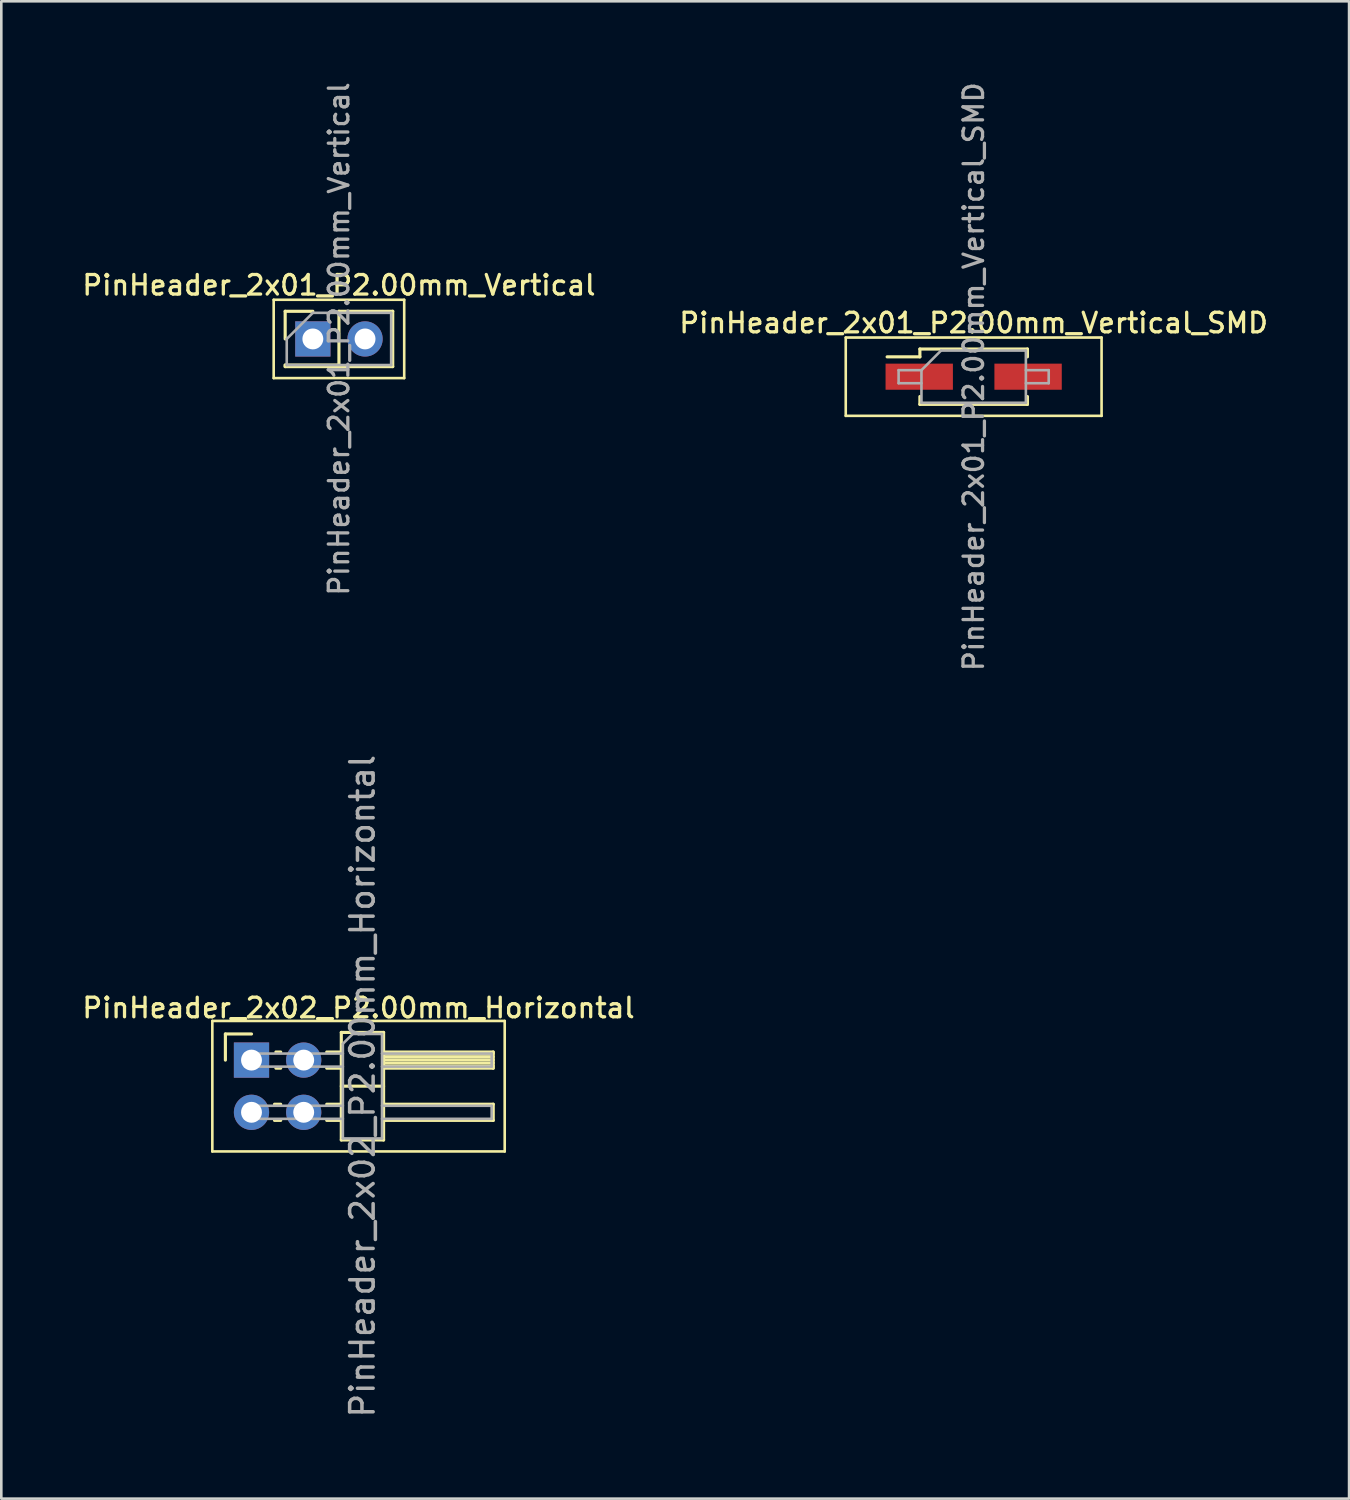
<source format=kicad_pcb>
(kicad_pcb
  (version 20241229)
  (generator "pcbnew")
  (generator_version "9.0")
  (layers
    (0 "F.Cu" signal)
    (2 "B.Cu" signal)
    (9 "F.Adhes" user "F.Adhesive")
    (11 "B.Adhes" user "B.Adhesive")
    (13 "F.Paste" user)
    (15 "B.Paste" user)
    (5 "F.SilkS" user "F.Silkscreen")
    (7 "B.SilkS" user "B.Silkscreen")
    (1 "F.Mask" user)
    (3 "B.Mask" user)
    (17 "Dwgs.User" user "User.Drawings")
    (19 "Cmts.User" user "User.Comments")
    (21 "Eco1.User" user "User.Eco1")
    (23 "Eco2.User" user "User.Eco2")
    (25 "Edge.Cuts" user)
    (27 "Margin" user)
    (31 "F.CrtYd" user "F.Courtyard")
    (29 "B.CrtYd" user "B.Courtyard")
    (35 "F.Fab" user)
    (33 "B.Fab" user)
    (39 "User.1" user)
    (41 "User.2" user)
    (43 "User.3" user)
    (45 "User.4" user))
  (footprint "PinHeader_2x01_P2.00mm_Vertical_SMD"
    (layer "F.Cu")
    (at 34.248 11.38)
    (property "Reference" "PinHeader_2x01_P2.00mm_Vertical_SMD" (at 0 -2.06 0) (layer "F.SilkS") (effects (font (size 0.75 0.75) (thickness 0.125))))
    (attr smd)
    (fp_line (start -4.9 -1.5) (end -4.9 1.5) (stroke (width 0.1) (type solid)) (layer "F.SilkS"))
    (fp_line (start -4.9 1.5) (end 4.9 1.5) (stroke (width 0.1) (type solid)) (layer "F.SilkS"))
    (fp_line (start -3.315 -0.76) (end -2.06 -0.76) (stroke (width 0.12) (type solid)) (layer "F.SilkS"))
    (fp_line (start -2.06 -1.06) (end -2.06 -0.76) (stroke (width 0.12) (type solid)) (layer "F.SilkS"))
    (fp_line (start -2.06 -1.06) (end 2.06 -1.06) (stroke (width 0.12) (type solid)) (layer "F.SilkS"))
    (fp_line (start -2.06 0.76) (end -2.06 1.06) (stroke (width 0.12) (type solid)) (layer "F.SilkS"))
    (fp_line (start -2.06 1.06) (end 2.06 1.06) (stroke (width 0.12) (type solid)) (layer "F.SilkS"))
    (fp_line (start 2.06 -1.06) (end 2.06 -0.76) (stroke (width 0.12) (type solid)) (layer "F.SilkS"))
    (fp_line (start 2.06 0.76) (end 2.06 1.06) (stroke (width 0.12) (type solid)) (layer "F.SilkS"))
    (fp_line (start 4.9 -1.5) (end -4.9 -1.5) (stroke (width 0.1) (type solid)) (layer "F.SilkS"))
    (fp_line (start 4.9 1.5) (end 4.9 -1.5) (stroke (width 0.1) (type solid)) (layer "F.SilkS"))
    (fp_line (start -2.875 -0.25) (end -2.875 0.25) (stroke (width 0.1) (type solid)) (layer "F.Fab"))
    (fp_line (start -2.875 0.25) (end -2 0.25) (stroke (width 0.1) (type solid)) (layer "F.Fab"))
    (fp_line (start -2 -0.25) (end -2.875 -0.25) (stroke (width 0.1) (type solid)) (layer "F.Fab"))
    (fp_line (start -2 -0.25) (end -1.25 -1) (stroke (width 0.1) (type solid)) (layer "F.Fab"))
    (fp_line (start -2 1) (end -2 -0.25) (stroke (width 0.1) (type solid)) (layer "F.Fab"))
    (fp_line (start -1.25 -1) (end 2 -1) (stroke (width 0.1) (type solid)) (layer "F.Fab"))
    (fp_line (start 2 -1) (end 2 1) (stroke (width 0.1) (type solid)) (layer "F.Fab"))
    (fp_line (start 2 -0.25) (end 2.875 -0.25) (stroke (width 0.1) (type solid)) (layer "F.Fab"))
    (fp_line (start 2 1) (end -2 1) (stroke (width 0.1) (type solid)) (layer "F.Fab"))
    (fp_line (start 2.875 -0.25) (end 2.875 0.25) (stroke (width 0.1) (type solid)) (layer "F.Fab"))
    (fp_line (start 2.875 0.25) (end 2 0.25) (stroke (width 0.1) (type solid)) (layer "F.Fab"))
    (fp_text user "${REFERENCE}" (at 0 0 90) (layer "F.Fab") (effects (font (size 0.75 0.75) (thickness 0.125))))
    (pad "1" smd rect (at -2.085 0) (size 2.58 1) (layers "F.Cu" "F.Mask" "F.Paste"))
    (pad "2" smd rect (at 2.085 0) (size 2.58 1) (layers "F.Cu" "F.Mask" "F.Paste")))
  (footprint "PinHeader_2x02_P2.00mm_Horizontal"
    (layer "F.Cu")
    (at 6.584 37.559)
    (property "Reference" "PinHeader_2x02_P2.00mm_Horizontal" (at 4.1 -2 0) (layer "F.SilkS") (effects (font (size 0.75 0.75) (thickness 0.125))))
    (attr through_hole)
    (fp_line (start -1.5 -1.5) (end -1.5 3.5) (stroke (width 0.1) (type solid)) (layer "F.SilkS"))
    (fp_line (start -1.5 3.5) (end 9.7 3.5) (stroke (width 0.1) (type solid)) (layer "F.SilkS"))
    (fp_line (start -1 -1) (end 0 -1) (stroke (width 0.12) (type solid)) (layer "F.SilkS"))
    (fp_line (start -1 0) (end -1 -1) (stroke (width 0.12) (type solid)) (layer "F.SilkS"))
    (fp_line (start 0.882 1.69) (end 1.118 1.69) (stroke (width 0.12) (type solid)) (layer "F.SilkS"))
    (fp_line (start 0.882 2.31) (end 1.118 2.31) (stroke (width 0.12) (type solid)) (layer "F.SilkS"))
    (fp_line (start 0.935 -0.31) (end 1.118 -0.31) (stroke (width 0.12) (type solid)) (layer "F.SilkS"))
    (fp_line (start 0.935 0.31) (end 1.118 0.31) (stroke (width 0.12) (type solid)) (layer "F.SilkS"))
    (fp_line (start 2.882 -0.31) (end 3.44 -0.31) (stroke (width 0.12) (type solid)) (layer "F.SilkS"))
    (fp_line (start 2.882 0.31) (end 3.44 0.31) (stroke (width 0.12) (type solid)) (layer "F.SilkS"))
    (fp_line (start 2.882 1.69) (end 3.44 1.69) (stroke (width 0.12) (type solid)) (layer "F.SilkS"))
    (fp_line (start 2.882 2.31) (end 3.44 2.31) (stroke (width 0.12) (type solid)) (layer "F.SilkS"))
    (fp_line (start 3.44 -1.06) (end 3.44 3.06) (stroke (width 0.12) (type solid)) (layer "F.SilkS"))
    (fp_line (start 3.44 1) (end 5.06 1) (stroke (width 0.12) (type solid)) (layer "F.SilkS"))
    (fp_line (start 3.44 3.06) (end 5.06 3.06) (stroke (width 0.12) (type solid)) (layer "F.SilkS"))
    (fp_line (start 5.06 -1.06) (end 3.44 -1.06) (stroke (width 0.12) (type solid)) (layer "F.SilkS"))
    (fp_line (start 5.06 -0.31) (end 9.26 -0.31) (stroke (width 0.12) (type solid)) (layer "F.SilkS"))
    (fp_line (start 5.06 -0.25) (end 9.26 -0.25) (stroke (width 0.12) (type solid)) (layer "F.SilkS"))
    (fp_line (start 5.06 -0.13) (end 9.26 -0.13) (stroke (width 0.12) (type solid)) (layer "F.SilkS"))
    (fp_line (start 5.06 -0.01) (end 9.26 -0.01) (stroke (width 0.12) (type solid)) (layer "F.SilkS"))
    (fp_line (start 5.06 0.11) (end 9.26 0.11) (stroke (width 0.12) (type solid)) (layer "F.SilkS"))
    (fp_line (start 5.06 0.23) (end 9.26 0.23) (stroke (width 0.12) (type solid)) (layer "F.SilkS"))
    (fp_line (start 5.06 1.69) (end 9.26 1.69) (stroke (width 0.12) (type solid)) (layer "F.SilkS"))
    (fp_line (start 5.06 3.06) (end 5.06 -1.06) (stroke (width 0.12) (type solid)) (layer "F.SilkS"))
    (fp_line (start 9.26 -0.31) (end 9.26 0.31) (stroke (width 0.12) (type solid)) (layer "F.SilkS"))
    (fp_line (start 9.26 0.31) (end 5.06 0.31) (stroke (width 0.12) (type solid)) (layer "F.SilkS"))
    (fp_line (start 9.26 1.69) (end 9.26 2.31) (stroke (width 0.12) (type solid)) (layer "F.SilkS"))
    (fp_line (start 9.26 2.31) (end 5.06 2.31) (stroke (width 0.12) (type solid)) (layer "F.SilkS"))
    (fp_line (start 9.7 -1.5) (end -1.5 -1.5) (stroke (width 0.1) (type solid)) (layer "F.SilkS"))
    (fp_line (start 9.7 3.5) (end 9.7 -1.5) (stroke (width 0.1) (type solid)) (layer "F.SilkS"))
    (fp_line (start -0.25 -0.25) (end -0.25 0.25) (stroke (width 0.1) (type solid)) (layer "F.Fab"))
    (fp_line (start -0.25 -0.25) (end 3.5 -0.25) (stroke (width 0.1) (type solid)) (layer "F.Fab"))
    (fp_line (start -0.25 0.25) (end 3.5 0.25) (stroke (width 0.1) (type solid)) (layer "F.Fab"))
    (fp_line (start -0.25 1.75) (end -0.25 2.25) (stroke (width 0.1) (type solid)) (layer "F.Fab"))
    (fp_line (start -0.25 1.75) (end 3.5 1.75) (stroke (width 0.1) (type solid)) (layer "F.Fab"))
    (fp_line (start -0.25 2.25) (end 3.5 2.25) (stroke (width 0.1) (type solid)) (layer "F.Fab"))
    (fp_line (start 3.5 -0.625) (end 3.875 -1) (stroke (width 0.1) (type solid)) (layer "F.Fab"))
    (fp_line (start 3.5 3) (end 3.5 -0.625) (stroke (width 0.1) (type solid)) (layer "F.Fab"))
    (fp_line (start 3.875 -1) (end 5 -1) (stroke (width 0.1) (type solid)) (layer "F.Fab"))
    (fp_line (start 5 -1) (end 5 3) (stroke (width 0.1) (type solid)) (layer "F.Fab"))
    (fp_line (start 5 -0.25) (end 9.2 -0.25) (stroke (width 0.1) (type solid)) (layer "F.Fab"))
    (fp_line (start 5 0.25) (end 9.2 0.25) (stroke (width 0.1) (type solid)) (layer "F.Fab"))
    (fp_line (start 5 1.75) (end 9.2 1.75) (stroke (width 0.1) (type solid)) (layer "F.Fab"))
    (fp_line (start 5 2.25) (end 9.2 2.25) (stroke (width 0.1) (type solid)) (layer "F.Fab"))
    (fp_line (start 5 3) (end 3.5 3) (stroke (width 0.1) (type solid)) (layer "F.Fab"))
    (fp_line (start 9.2 -0.25) (end 9.2 0.25) (stroke (width 0.1) (type solid)) (layer "F.Fab"))
    (fp_line (start 9.2 1.75) (end 9.2 2.25) (stroke (width 0.1) (type solid)) (layer "F.Fab"))
    (fp_text user "${REFERENCE}" (at 4.25 1 90) (layer "F.Fab") (effects (font (size 0.9 0.9) (thickness 0.135))))
    (pad "1" thru_hole rect (at 0 0) (size 1.35 1.35) (drill 0.8) (layers "*.Cu" "*.Mask"))
    (pad "2" thru_hole oval (at 2 0) (size 1.35 1.35) (drill 0.8) (layers "*.Cu" "*.Mask"))
    (pad "3" thru_hole oval (at 0 2) (size 1.35 1.35) (drill 0.8) (layers "*.Cu" "*.Mask"))
    (pad "4" thru_hole oval (at 2 2) (size 1.35 1.35) (drill 0.8) (layers "*.Cu" "*.Mask")))
  (footprint "PinHeader_2x01_P2.00mm_Vertical"
    (layer "F.Cu")
    (at 8.934 9.934)
    (property "Reference" "PinHeader_2x01_P2.00mm_Vertical" (at 1 -2.06 0) (layer "F.SilkS") (effects (font (size 0.75 0.75) (thickness 0.125))))
    (attr through_hole)
    (fp_line (start -1.5 -1.5) (end -1.5 1.5) (stroke (width 0.1) (type solid)) (layer "F.SilkS"))
    (fp_line (start -1.5 1.5) (end 3.5 1.5) (stroke (width 0.1) (type solid)) (layer "F.SilkS"))
    (fp_line (start -1.06 -1.06) (end 0 -1.06) (stroke (width 0.12) (type solid)) (layer "F.SilkS"))
    (fp_line (start -1.06 0) (end -1.06 -1.06) (stroke (width 0.12) (type solid)) (layer "F.SilkS"))
    (fp_line (start -1.06 1) (end -1.06 1.06) (stroke (width 0.12) (type solid)) (layer "F.SilkS"))
    (fp_line (start -1.06 1) (end 1 1) (stroke (width 0.12) (type solid)) (layer "F.SilkS"))
    (fp_line (start -1.06 1.06) (end 3.06 1.06) (stroke (width 0.12) (type solid)) (layer "F.SilkS"))
    (fp_line (start 1 -1.06) (end 3.06 -1.06) (stroke (width 0.12) (type solid)) (layer "F.SilkS"))
    (fp_line (start 1 1) (end 1 -1.06) (stroke (width 0.12) (type solid)) (layer "F.SilkS"))
    (fp_line (start 3.06 -1.06) (end 3.06 1.06) (stroke (width 0.12) (type solid)) (layer "F.SilkS"))
    (fp_line (start 3.5 -1.5) (end -1.5 -1.5) (stroke (width 0.1) (type solid)) (layer "F.SilkS"))
    (fp_line (start 3.5 1.5) (end 3.5 -1.5) (stroke (width 0.1) (type solid)) (layer "F.SilkS"))
    (fp_line (start -1 0) (end 0 -1) (stroke (width 0.1) (type solid)) (layer "F.Fab"))
    (fp_line (start -1 1) (end -1 0) (stroke (width 0.1) (type solid)) (layer "F.Fab"))
    (fp_line (start 0 -1) (end 3 -1) (stroke (width 0.1) (type solid)) (layer "F.Fab"))
    (fp_line (start 3 -1) (end 3 1) (stroke (width 0.1) (type solid)) (layer "F.Fab"))
    (fp_line (start 3 1) (end -1 1) (stroke (width 0.1) (type solid)) (layer "F.Fab"))
    (fp_text user "${REFERENCE}" (at 1 0 90) (layer "F.Fab") (effects (font (size 0.75 0.75) (thickness 0.125))))
    (pad "1" thru_hole rect (at 0 0) (size 1.35 1.35) (drill 0.8) (layers "*.Cu" "*.Mask"))
    (pad "2" thru_hole oval (at 2 0) (size 1.35 1.35) (drill 0.8) (layers "*.Cu" "*.Mask")))
  (gr_rect
    (start -3 -3)
    (end 48.629 54.357)
    (stroke (width 0.1) (type default))
    (fill no)
    (layer "Edge.Cuts")))
</source>
